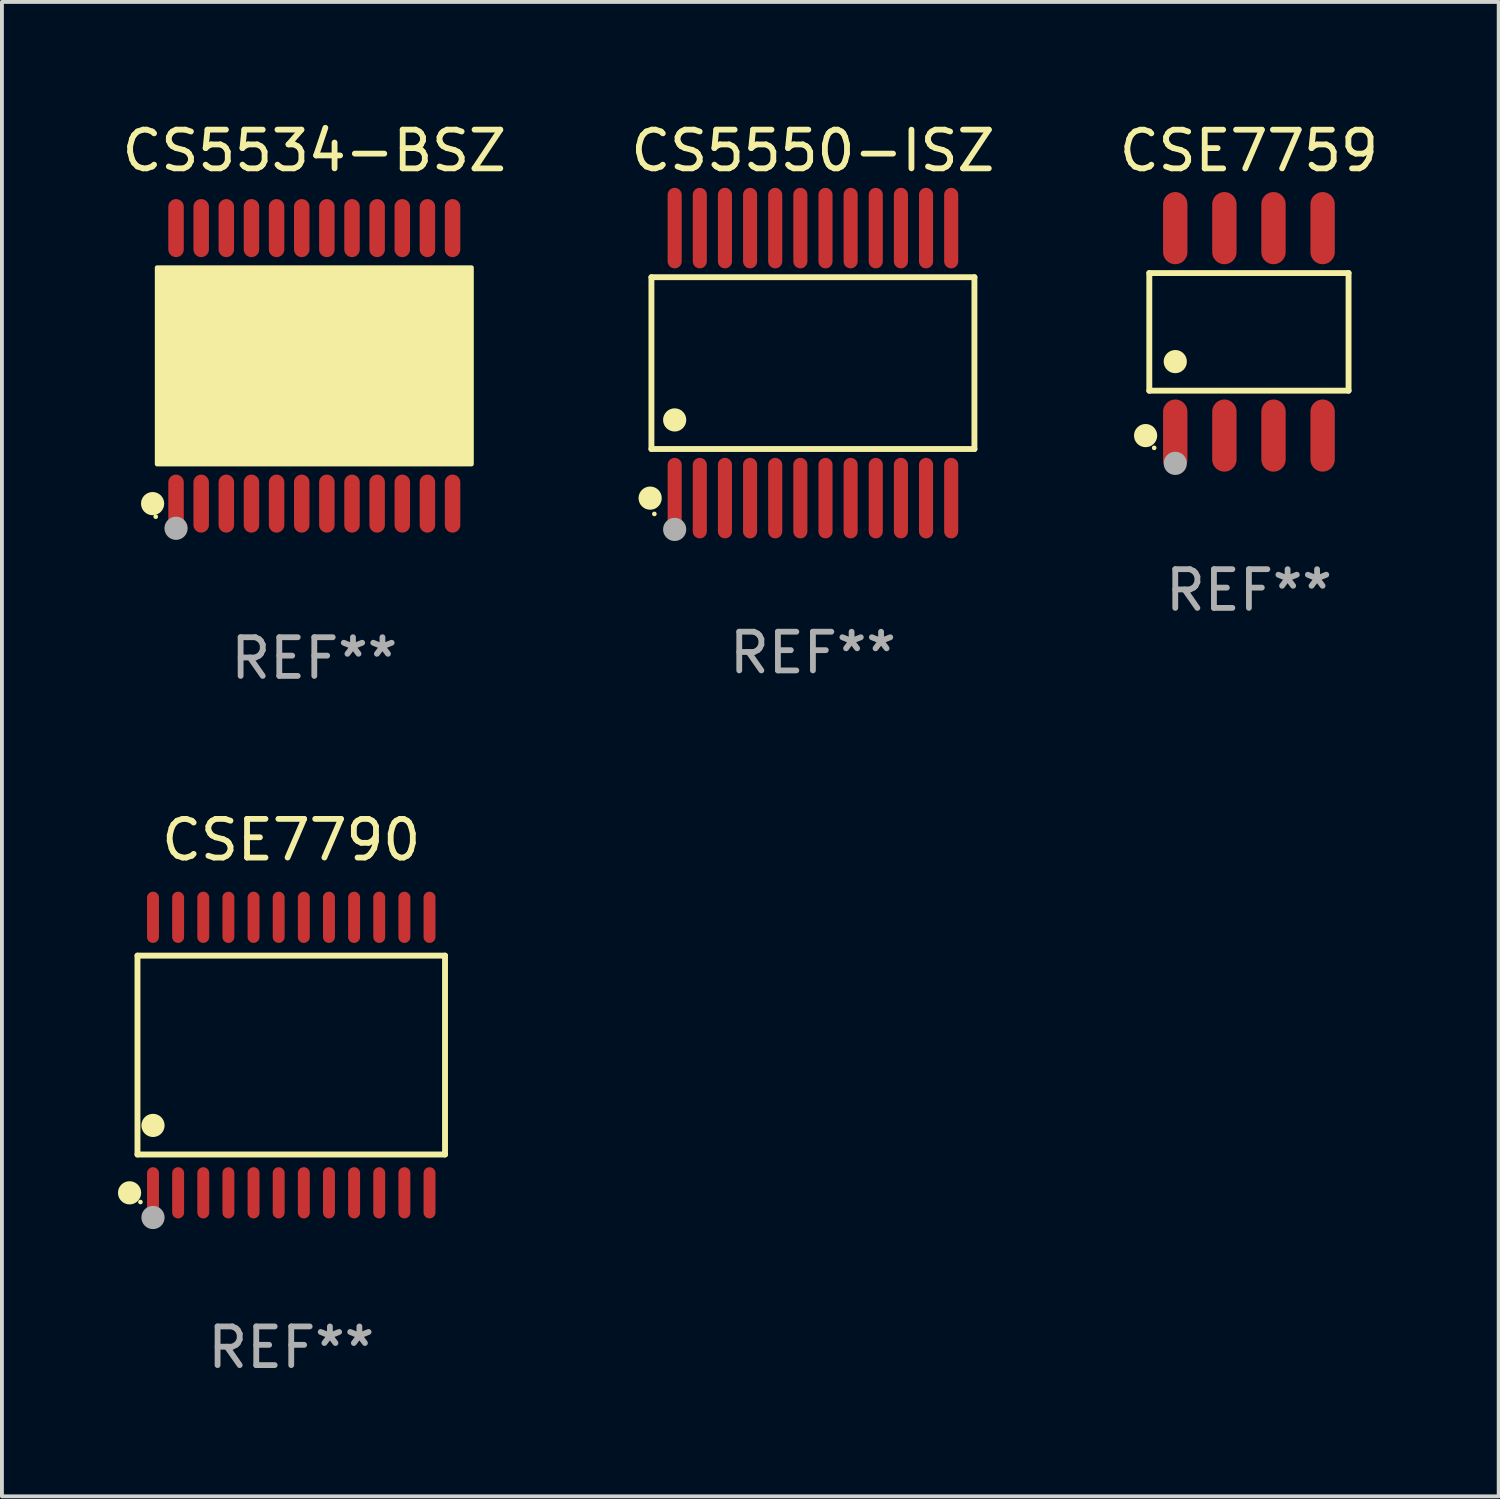
<source format=kicad_pcb>
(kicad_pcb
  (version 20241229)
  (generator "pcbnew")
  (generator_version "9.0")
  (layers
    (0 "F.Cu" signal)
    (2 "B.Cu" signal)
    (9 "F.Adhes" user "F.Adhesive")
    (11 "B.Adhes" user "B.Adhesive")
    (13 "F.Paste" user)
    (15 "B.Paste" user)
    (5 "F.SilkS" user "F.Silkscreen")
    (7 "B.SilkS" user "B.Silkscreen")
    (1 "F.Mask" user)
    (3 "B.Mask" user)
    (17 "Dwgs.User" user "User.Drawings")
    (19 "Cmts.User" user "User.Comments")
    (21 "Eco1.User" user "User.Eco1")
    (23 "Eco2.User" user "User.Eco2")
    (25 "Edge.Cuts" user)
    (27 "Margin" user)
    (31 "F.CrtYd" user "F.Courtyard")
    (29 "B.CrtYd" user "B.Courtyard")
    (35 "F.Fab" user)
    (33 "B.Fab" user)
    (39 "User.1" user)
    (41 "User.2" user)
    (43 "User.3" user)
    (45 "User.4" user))
  (footprint "CS5534-BSZ"
    (layer "F.Cu")
    (at 5.077 6.41)
    (property "Reference" "CS5534-BSZ" (at 0 -5.562 0) (layer "F.SilkS") (effects (font (size 1 1) (thickness 0.15))))
    (attr through_hole)
    (fp_circle (center -4.181 3.562) (end -4.031 3.562) (stroke (width 0.3) (type solid)) (fill no) (layer "F.SilkS"))
    (fp_circle (center -4.1 3.9) (end -4.07 3.9) (stroke (width 0.06) (type solid)) (fill no) (layer "F.SilkS"))
    (fp_circle (center -3.575 1.819) (end -3.425 1.819) (stroke (width 0.3) (type solid)) (fill no) (layer "F.SilkS"))
    (fp_poly (pts (xy -4.064 -2.54) (xy 4.064 -2.54) (xy 4.064 2.54) (xy -4.064 2.54)) (stroke (width 0.12) (type solid)) (fill yes) (layer "F.SilkS"))
    (fp_circle (center -3.575 4.2) (end -3.425 4.2) (stroke (width 0.3) (type solid)) (fill no) (layer "F.Fab"))
    (fp_text user "REF**" (at 0 7.562 0) (layer "F.Fab") (effects (font (size 1 1) (thickness 0.15))))
    (pad "1" smd oval (at -3.575 3.562) (size 0.4 1.5) (layers "F.Cu" "F.Mask" "F.Paste"))
    (pad "2" smd oval (at -2.925 3.562) (size 0.4 1.5) (layers "F.Cu" "F.Mask" "F.Paste"))
    (pad "3" smd oval (at -2.275 3.562) (size 0.4 1.5) (layers "F.Cu" "F.Mask" "F.Paste"))
    (pad "4" smd oval (at -1.625 3.562) (size 0.4 1.5) (layers "F.Cu" "F.Mask" "F.Paste"))
    (pad "5" smd oval (at -0.975 3.562) (size 0.4 1.5) (layers "F.Cu" "F.Mask" "F.Paste"))
    (pad "6" smd oval (at -0.325 3.562) (size 0.4 1.5) (layers "F.Cu" "F.Mask" "F.Paste"))
    (pad "7" smd oval (at 0.325 3.562) (size 0.4 1.5) (layers "F.Cu" "F.Mask" "F.Paste"))
    (pad "8" smd oval (at 0.975 3.562) (size 0.4 1.5) (layers "F.Cu" "F.Mask" "F.Paste"))
    (pad "9" smd oval (at 1.625 3.562) (size 0.4 1.5) (layers "F.Cu" "F.Mask" "F.Paste"))
    (pad "10" smd oval (at 2.275 3.562) (size 0.4 1.5) (layers "F.Cu" "F.Mask" "F.Paste"))
    (pad "11" smd oval (at 2.925 3.562) (size 0.4 1.5) (layers "F.Cu" "F.Mask" "F.Paste"))
    (pad "12" smd oval (at 3.575 3.562) (size 0.4 1.5) (layers "F.Cu" "F.Mask" "F.Paste"))
    (pad "13" smd oval (at 3.575 -3.562) (size 0.4 1.5) (layers "F.Cu" "F.Mask" "F.Paste"))
    (pad "14" smd oval (at 2.925 -3.562) (size 0.4 1.5) (layers "F.Cu" "F.Mask" "F.Paste"))
    (pad "15" smd oval (at 2.275 -3.562) (size 0.4 1.5) (layers "F.Cu" "F.Mask" "F.Paste"))
    (pad "16" smd oval (at 1.625 -3.562) (size 0.4 1.5) (layers "F.Cu" "F.Mask" "F.Paste"))
    (pad "17" smd oval (at 0.975 -3.562) (size 0.4 1.5) (layers "F.Cu" "F.Mask" "F.Paste"))
    (pad "18" smd oval (at 0.325 -3.562) (size 0.4 1.5) (layers "F.Cu" "F.Mask" "F.Paste"))
    (pad "19" smd oval (at -0.325 -3.562) (size 0.4 1.5) (layers "F.Cu" "F.Mask" "F.Paste"))
    (pad "20" smd oval (at -0.975 -3.562) (size 0.4 1.5) (layers "F.Cu" "F.Mask" "F.Paste"))
    (pad "21" smd oval (at -1.625 -3.562) (size 0.4 1.5) (layers "F.Cu" "F.Mask" "F.Paste"))
    (pad "22" smd oval (at -2.275 -3.562) (size 0.4 1.5) (layers "F.Cu" "F.Mask" "F.Paste"))
    (pad "23" smd oval (at -2.925 -3.562) (size 0.4 1.5) (layers "F.Cu" "F.Mask" "F.Paste"))
    (pad "24" smd oval (at -3.575 -3.562) (size 0.4 1.5) (layers "F.Cu" "F.Mask" "F.Paste")))
  (footprint "CSE7790"
    (layer "F.Cu")
    (at 4.481 24.231)
    (property "Reference" "CSE7790" (at 0 -5.562 0) (layer "F.SilkS") (effects (font (size 1 1) (thickness 0.15))))
    (attr through_hole)
    (fp_line (start -3.976 -2.571) (end 3.976 -2.571) (stroke (width 0.152) (type solid)) (layer "F.SilkS"))
    (fp_line (start -3.976 2.571) (end -3.976 -2.571) (stroke (width 0.152) (type solid)) (layer "F.SilkS"))
    (fp_line (start 3.976 -2.571) (end 3.976 2.571) (stroke (width 0.152) (type solid)) (layer "F.SilkS"))
    (fp_line (start 3.976 2.571) (end -3.976 2.571) (stroke (width 0.152) (type solid)) (layer "F.SilkS"))
    (fp_circle (center -4.181 3.562) (end -4.031 3.562) (stroke (width 0.3) (type solid)) (fill no) (layer "F.SilkS"))
    (fp_circle (center -3.9 3.8) (end -3.87 3.8) (stroke (width 0.06) (type solid)) (fill no) (layer "F.SilkS"))
    (fp_circle (center -3.575 1.819) (end -3.425 1.819) (stroke (width 0.3) (type solid)) (fill no) (layer "F.SilkS"))
    (fp_circle (center -3.575 4.2) (end -3.425 4.2) (stroke (width 0.3) (type solid)) (fill no) (layer "F.Fab"))
    (fp_text user "REF**" (at 0 7.562 0) (layer "F.Fab") (effects (font (size 1 1) (thickness 0.15))))
    (pad "1" smd oval (at -3.575 3.562) (size 0.308 1.324) (layers "F.Cu" "F.Mask" "F.Paste"))
    (pad "2" smd oval (at -2.925 3.562) (size 0.308 1.324) (layers "F.Cu" "F.Mask" "F.Paste"))
    (pad "3" smd oval (at -2.275 3.562) (size 0.308 1.324) (layers "F.Cu" "F.Mask" "F.Paste"))
    (pad "4" smd oval (at -1.625 3.562) (size 0.308 1.324) (layers "F.Cu" "F.Mask" "F.Paste"))
    (pad "5" smd oval (at -0.975 3.562) (size 0.308 1.324) (layers "F.Cu" "F.Mask" "F.Paste"))
    (pad "6" smd oval (at -0.325 3.562) (size 0.308 1.324) (layers "F.Cu" "F.Mask" "F.Paste"))
    (pad "7" smd oval (at 0.325 3.562) (size 0.308 1.324) (layers "F.Cu" "F.Mask" "F.Paste"))
    (pad "8" smd oval (at 0.975 3.562) (size 0.308 1.324) (layers "F.Cu" "F.Mask" "F.Paste"))
    (pad "9" smd oval (at 1.625 3.562) (size 0.308 1.324) (layers "F.Cu" "F.Mask" "F.Paste"))
    (pad "10" smd oval (at 2.275 3.562) (size 0.308 1.324) (layers "F.Cu" "F.Mask" "F.Paste"))
    (pad "11" smd oval (at 2.925 3.562) (size 0.308 1.324) (layers "F.Cu" "F.Mask" "F.Paste"))
    (pad "12" smd oval (at 3.575 3.562) (size 0.308 1.324) (layers "F.Cu" "F.Mask" "F.Paste"))
    (pad "13" smd oval (at 3.575 -3.562) (size 0.308 1.324) (layers "F.Cu" "F.Mask" "F.Paste"))
    (pad "14" smd oval (at 2.925 -3.562) (size 0.308 1.324) (layers "F.Cu" "F.Mask" "F.Paste"))
    (pad "15" smd oval (at 2.275 -3.562) (size 0.308 1.324) (layers "F.Cu" "F.Mask" "F.Paste"))
    (pad "16" smd oval (at 1.625 -3.562) (size 0.308 1.324) (layers "F.Cu" "F.Mask" "F.Paste"))
    (pad "17" smd oval (at 0.975 -3.562) (size 0.308 1.324) (layers "F.Cu" "F.Mask" "F.Paste"))
    (pad "18" smd oval (at 0.325 -3.562) (size 0.308 1.324) (layers "F.Cu" "F.Mask" "F.Paste"))
    (pad "19" smd oval (at -0.325 -3.562) (size 0.308 1.324) (layers "F.Cu" "F.Mask" "F.Paste"))
    (pad "20" smd oval (at -0.975 -3.562) (size 0.308 1.324) (layers "F.Cu" "F.Mask" "F.Paste"))
    (pad "21" smd oval (at -1.625 -3.562) (size 0.308 1.324) (layers "F.Cu" "F.Mask" "F.Paste"))
    (pad "22" smd oval (at -2.275 -3.562) (size 0.308 1.324) (layers "F.Cu" "F.Mask" "F.Paste"))
    (pad "23" smd oval (at -2.925 -3.562) (size 0.308 1.324) (layers "F.Cu" "F.Mask" "F.Paste"))
    (pad "24" smd oval (at -3.575 -3.562) (size 0.308 1.324) (layers "F.Cu" "F.Mask" "F.Paste")))
  (footprint "CS5550-ISZ"
    (layer "F.Cu")
    (at 17.97 6.339)
    (property "Reference" "CS5550-ISZ" (at 0 -5.491 0) (layer "F.SilkS") (effects (font (size 1 1) (thickness 0.15))))
    (attr through_hole)
    (fp_line (start -4.176 -2.221) (end 4.176 -2.221) (stroke (width 0.152) (type solid)) (layer "F.SilkS"))
    (fp_line (start -4.176 2.221) (end -4.176 -2.221) (stroke (width 0.152) (type solid)) (layer "F.SilkS"))
    (fp_line (start 4.176 -2.221) (end 4.176 2.221) (stroke (width 0.152) (type solid)) (layer "F.SilkS"))
    (fp_line (start 4.176 2.221) (end -4.176 2.221) (stroke (width 0.152) (type solid)) (layer "F.SilkS"))
    (fp_circle (center -4.209 3.491) (end -4.059 3.491) (stroke (width 0.3) (type solid)) (fill no) (layer "F.SilkS"))
    (fp_circle (center -4.1 3.9) (end -4.07 3.9) (stroke (width 0.06) (type solid)) (fill no) (layer "F.SilkS"))
    (fp_circle (center -3.575 1.469) (end -3.425 1.469) (stroke (width 0.3) (type solid)) (fill no) (layer "F.SilkS"))
    (fp_circle (center -3.575 4.3) (end -3.425 4.3) (stroke (width 0.3) (type solid)) (fill no) (layer "F.Fab"))
    (fp_text user "REF**" (at 0 7.491 0) (layer "F.Fab") (effects (font (size 1 1) (thickness 0.15))))
    (pad "1" smd oval (at -3.575 3.491) (size 0.364 2.082) (layers "F.Cu" "F.Mask" "F.Paste"))
    (pad "2" smd oval (at -2.925 3.491) (size 0.364 2.082) (layers "F.Cu" "F.Mask" "F.Paste"))
    (pad "3" smd oval (at -2.275 3.491) (size 0.364 2.082) (layers "F.Cu" "F.Mask" "F.Paste"))
    (pad "4" smd oval (at -1.625 3.491) (size 0.364 2.082) (layers "F.Cu" "F.Mask" "F.Paste"))
    (pad "5" smd oval (at -0.975 3.491) (size 0.364 2.082) (layers "F.Cu" "F.Mask" "F.Paste"))
    (pad "6" smd oval (at -0.325 3.491) (size 0.364 2.082) (layers "F.Cu" "F.Mask" "F.Paste"))
    (pad "7" smd oval (at 0.325 3.491) (size 0.364 2.082) (layers "F.Cu" "F.Mask" "F.Paste"))
    (pad "8" smd oval (at 0.975 3.491) (size 0.364 2.082) (layers "F.Cu" "F.Mask" "F.Paste"))
    (pad "9" smd oval (at 1.625 3.491) (size 0.364 2.082) (layers "F.Cu" "F.Mask" "F.Paste"))
    (pad "10" smd oval (at 2.275 3.491) (size 0.364 2.082) (layers "F.Cu" "F.Mask" "F.Paste"))
    (pad "11" smd oval (at 2.925 3.491) (size 0.364 2.082) (layers "F.Cu" "F.Mask" "F.Paste"))
    (pad "12" smd oval (at 3.575 3.491) (size 0.364 2.082) (layers "F.Cu" "F.Mask" "F.Paste"))
    (pad "13" smd oval (at 3.575 -3.491) (size 0.364 2.082) (layers "F.Cu" "F.Mask" "F.Paste"))
    (pad "14" smd oval (at 2.925 -3.491) (size 0.364 2.082) (layers "F.Cu" "F.Mask" "F.Paste"))
    (pad "15" smd oval (at 2.275 -3.491) (size 0.364 2.082) (layers "F.Cu" "F.Mask" "F.Paste"))
    (pad "16" smd oval (at 1.625 -3.491) (size 0.364 2.082) (layers "F.Cu" "F.Mask" "F.Paste"))
    (pad "17" smd oval (at 0.975 -3.491) (size 0.364 2.082) (layers "F.Cu" "F.Mask" "F.Paste"))
    (pad "18" smd oval (at 0.325 -3.491) (size 0.364 2.082) (layers "F.Cu" "F.Mask" "F.Paste"))
    (pad "19" smd oval (at -0.325 -3.491) (size 0.364 2.082) (layers "F.Cu" "F.Mask" "F.Paste"))
    (pad "20" smd oval (at -0.975 -3.491) (size 0.364 2.082) (layers "F.Cu" "F.Mask" "F.Paste"))
    (pad "21" smd oval (at -1.625 -3.491) (size 0.364 2.082) (layers "F.Cu" "F.Mask" "F.Paste"))
    (pad "22" smd oval (at -2.275 -3.491) (size 0.364 2.082) (layers "F.Cu" "F.Mask" "F.Paste"))
    (pad "23" smd oval (at -2.925 -3.491) (size 0.364 2.082) (layers "F.Cu" "F.Mask" "F.Paste"))
    (pad "24" smd oval (at -3.575 -3.491) (size 0.364 2.082) (layers "F.Cu" "F.Mask" "F.Paste")))
  (footprint "CSE7759"
    (layer "F.Cu")
    (at 29.244 5.531)
    (property "Reference" "CSE7759" (at 0 -4.682 0) (layer "F.SilkS") (effects (font (size 1 1) (thickness 0.15))))
    (attr through_hole)
    (fp_line (start -2.576 -1.521) (end 2.576 -1.521) (stroke (width 0.152) (type solid)) (layer "F.SilkS"))
    (fp_line (start -2.576 1.521) (end -2.576 -1.521) (stroke (width 0.152) (type solid)) (layer "F.SilkS"))
    (fp_line (start 2.576 -1.521) (end 2.576 1.521) (stroke (width 0.152) (type solid)) (layer "F.SilkS"))
    (fp_line (start 2.576 1.521) (end -2.576 1.521) (stroke (width 0.152) (type solid)) (layer "F.SilkS"))
    (fp_circle (center -2.672 2.682) (end -2.522 2.682) (stroke (width 0.3) (type solid)) (fill no) (layer "F.SilkS"))
    (fp_circle (center -2.45 3) (end -2.42 3) (stroke (width 0.06) (type solid)) (fill no) (layer "F.SilkS"))
    (fp_circle (center -1.905 0.769) (end -1.755 0.769) (stroke (width 0.3) (type solid)) (fill no) (layer "F.SilkS"))
    (fp_circle (center -1.905 3.4) (end -1.755 3.4) (stroke (width 0.3) (type solid)) (fill no) (layer "F.Fab"))
    (fp_text user "REF**" (at 0 6.682 0) (layer "F.Fab") (effects (font (size 1 1) (thickness 0.15))))
    (pad "1" smd oval (at -1.905 2.682) (size 0.63 1.865) (layers "F.Cu" "F.Mask" "F.Paste"))
    (pad "2" smd oval (at -0.635 2.682) (size 0.63 1.865) (layers "F.Cu" "F.Mask" "F.Paste"))
    (pad "3" smd oval (at 0.635 2.682) (size 0.63 1.865) (layers "F.Cu" "F.Mask" "F.Paste"))
    (pad "4" smd oval (at 1.905 2.682) (size 0.63 1.865) (layers "F.Cu" "F.Mask" "F.Paste"))
    (pad "5" smd oval (at 1.905 -2.682) (size 0.63 1.865) (layers "F.Cu" "F.Mask" "F.Paste"))
    (pad "6" smd oval (at 0.635 -2.682) (size 0.63 1.865) (layers "F.Cu" "F.Mask" "F.Paste"))
    (pad "7" smd oval (at -0.635 -2.682) (size 0.63 1.865) (layers "F.Cu" "F.Mask" "F.Paste"))
    (pad "8" smd oval (at -1.905 -2.682) (size 0.63 1.865) (layers "F.Cu" "F.Mask" "F.Paste")))
  (gr_rect
    (start -3 -3)
    (end 35.702 35.641)
    (stroke (width 0.1) (type default))
    (fill no)
    (layer "Edge.Cuts")))
</source>
